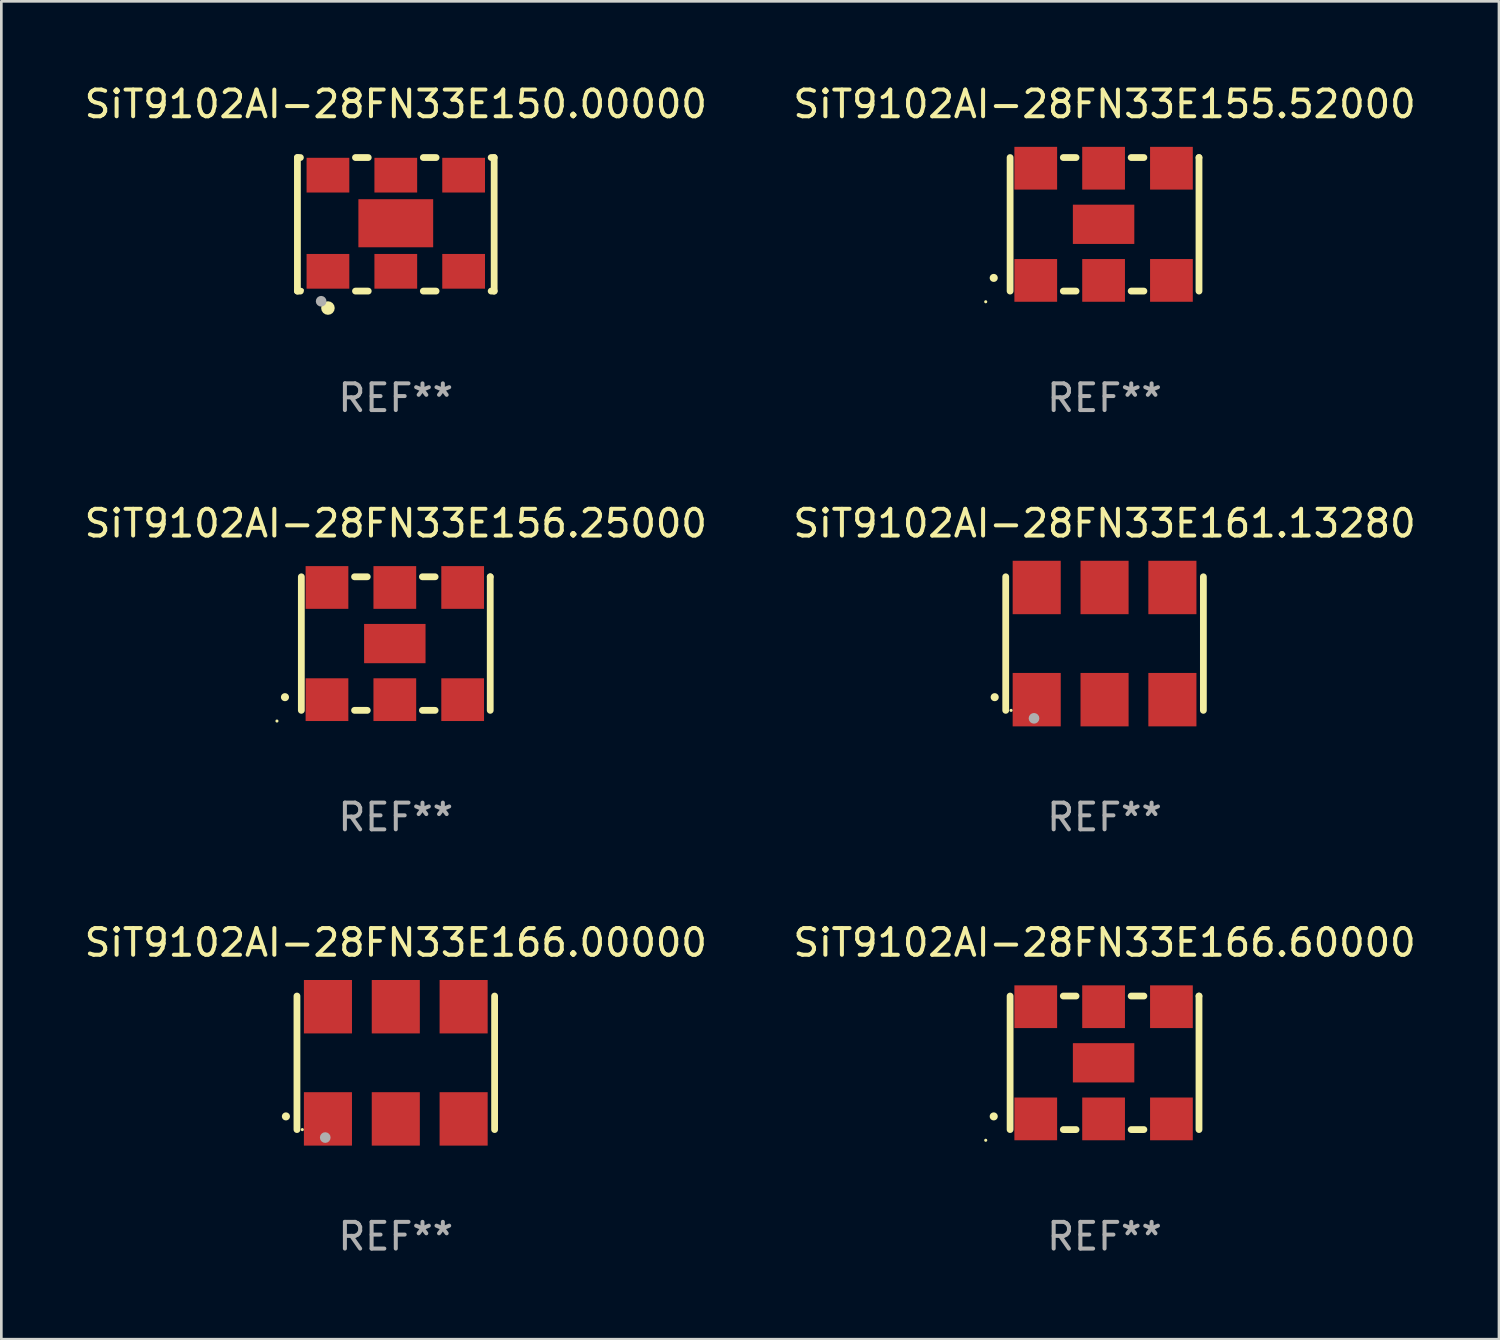
<source format=kicad_pcb>
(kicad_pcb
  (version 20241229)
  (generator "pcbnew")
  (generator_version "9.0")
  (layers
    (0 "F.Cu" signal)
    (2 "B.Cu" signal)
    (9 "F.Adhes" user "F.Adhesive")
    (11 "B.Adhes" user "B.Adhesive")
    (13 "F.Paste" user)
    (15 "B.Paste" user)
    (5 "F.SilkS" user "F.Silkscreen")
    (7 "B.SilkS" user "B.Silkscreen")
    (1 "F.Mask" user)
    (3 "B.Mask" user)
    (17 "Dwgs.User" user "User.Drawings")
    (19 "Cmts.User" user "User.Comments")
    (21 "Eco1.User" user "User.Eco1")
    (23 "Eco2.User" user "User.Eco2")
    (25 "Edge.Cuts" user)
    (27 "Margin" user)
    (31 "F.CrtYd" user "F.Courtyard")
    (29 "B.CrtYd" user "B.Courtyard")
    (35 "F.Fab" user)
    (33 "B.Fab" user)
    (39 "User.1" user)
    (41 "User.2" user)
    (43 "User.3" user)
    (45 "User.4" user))
  (footprint "SiT9102AI-28FN33E156.25000"
    (layer "F.Cu")
    (at 11.768 21.045)
    (property "Reference" "SiT9102AI-28FN33E156.25000" (at 0 -4.5 0) (layer "F.SilkS") (effects (font (size 1 1) (thickness 0.15))))
    (attr through_hole)
    (fp_line (start -3.536 -2.5) (end -3.536 2.5) (stroke (width 0.254) (type solid)) (layer "F.SilkS"))
    (fp_line (start -1.544 2.5) (end -1.067 2.5) (stroke (width 0.254) (type solid)) (layer "F.SilkS"))
    (fp_line (start -1.067 -2.5) (end -1.544 -2.5) (stroke (width 0.254) (type solid)) (layer "F.SilkS"))
    (fp_line (start 0.996 2.5) (end 1.473 2.5) (stroke (width 0.254) (type solid)) (layer "F.SilkS"))
    (fp_line (start 1.473 -2.5) (end 0.996 -2.5) (stroke (width 0.254) (type solid)) (layer "F.SilkS"))
    (fp_line (start 3.536 -2.5) (end 3.536 -2.5) (stroke (width 0.254) (type solid)) (layer "F.SilkS"))
    (fp_line (start 3.536 2.5) (end 3.536 -2.5) (stroke (width 0.254) (type solid)) (layer "F.SilkS"))
    (fp_arc (start -4.150432 2.006604) (mid -4.149162 2.006599) (end -4.147892 2.006604) (stroke (width 0.3) (type solid)) (layer "F.SilkS"))
    (fp_circle (center -4.449 2.9) (end -4.419 2.9) (stroke (width 0.06) (type solid)) (fill no) (layer "F.SilkS"))
    (fp_text user "REF**" (at 0 6.5 0) (layer "F.Fab") (effects (font (size 1 1) (thickness 0.15))))
    (pad "1" smd rect (at -2.576 2.1) (size 1.6 1.6) (layers "F.Cu" "F.Mask" "F.Paste"))
    (pad "2" smd rect (at -0.036 2.1) (size 1.6 1.6) (layers "F.Cu" "F.Mask" "F.Paste"))
    (pad "3" smd rect (at 2.504 2.1) (size 1.6 1.6) (layers "F.Cu" "F.Mask" "F.Paste"))
    (pad "4" smd rect (at 2.504 -2.1) (size 1.6 1.6) (layers "F.Cu" "F.Mask" "F.Paste"))
    (pad "5" smd rect (at -0.036 -2.1) (size 1.6 1.6) (layers "F.Cu" "F.Mask" "F.Paste"))
    (pad "6" smd rect (at -2.576 -2.1) (size 1.6 1.6) (layers "F.Cu" "F.Mask" "F.Paste"))
    (pad "7" smd rect (at -0.036 0) (size 2.3 1.47) (layers "F.Cu" "F.Mask" "F.Paste")))
  (footprint "SiT9102AI-28FN33E166.00000"
    (layer "F.Cu")
    (at 11.768 36.741)
    (property "Reference" "SiT9102AI-28FN33E166.00000" (at 0 -4.5 0) (layer "F.SilkS") (effects (font (size 1 1) (thickness 0.15))))
    (attr through_hole)
    (fp_line (start -3.7 -2.5) (end -3.7 2.5) (stroke (width 0.254) (type solid)) (layer "F.SilkS"))
    (fp_line (start 3.7 -2.5) (end 3.7 2.5) (stroke (width 0.254) (type solid)) (layer "F.SilkS"))
    (fp_arc (start -4.114415 2.006604) (mid -4.113145 2.006599) (end -4.111875 2.006604) (stroke (width 0.3) (type solid)) (layer "F.SilkS"))
    (fp_circle (center -3.5 2.501) (end -3.47 2.501) (stroke (width 0.06) (type solid)) (fill no) (layer "F.SilkS"))
    (fp_circle (center -2.641 2.799) (end -2.541 2.799) (stroke (width 0.2) (type solid)) (fill no) (layer "F.Fab"))
    (fp_text user "REF**" (at 0 6.5 0) (layer "F.Fab") (effects (font (size 1 1) (thickness 0.15))))
    (pad "1" smd rect (at -2.54 2.1) (size 1.8 2) (layers "F.Cu" "F.Mask" "F.Paste"))
    (pad "2" smd rect (at 0.000394 2.1) (size 1.8 2) (layers "F.Cu" "F.Mask" "F.Paste"))
    (pad "3" smd rect (at 2.54 2.1) (size 1.8 2) (layers "F.Cu" "F.Mask" "F.Paste"))
    (pad "4" smd rect (at 2.54 -2.1) (size 1.8 2) (layers "F.Cu" "F.Mask" "F.Paste"))
    (pad "5" smd rect (at 0.000394 -2.1) (size 1.8 2) (layers "F.Cu" "F.Mask" "F.Paste"))
    (pad "6" smd rect (at -2.54 -2.1) (size 1.8 2) (layers "F.Cu" "F.Mask" "F.Paste")))
  (footprint "SiT9102AI-28FN33E166.60000"
    (layer "F.Cu")
    (at 38.304 36.741)
    (property "Reference" "SiT9102AI-28FN33E166.60000" (at 0 -4.5 0) (layer "F.SilkS") (effects (font (size 1 1) (thickness 0.15))))
    (attr through_hole)
    (fp_line (start -3.536 -2.5) (end -3.536 2.5) (stroke (width 0.254) (type solid)) (layer "F.SilkS"))
    (fp_line (start -1.544 2.5) (end -1.067 2.5) (stroke (width 0.254) (type solid)) (layer "F.SilkS"))
    (fp_line (start -1.067 -2.5) (end -1.544 -2.5) (stroke (width 0.254) (type solid)) (layer "F.SilkS"))
    (fp_line (start 0.996 2.5) (end 1.473 2.5) (stroke (width 0.254) (type solid)) (layer "F.SilkS"))
    (fp_line (start 1.473 -2.5) (end 0.996 -2.5) (stroke (width 0.254) (type solid)) (layer "F.SilkS"))
    (fp_line (start 3.536 -2.5) (end 3.536 -2.5) (stroke (width 0.254) (type solid)) (layer "F.SilkS"))
    (fp_line (start 3.536 2.5) (end 3.536 -2.5) (stroke (width 0.254) (type solid)) (layer "F.SilkS"))
    (fp_arc (start -4.150432 2.006604) (mid -4.149162 2.006599) (end -4.147892 2.006604) (stroke (width 0.3) (type solid)) (layer "F.SilkS"))
    (fp_circle (center -4.449 2.9) (end -4.419 2.9) (stroke (width 0.06) (type solid)) (fill no) (layer "F.SilkS"))
    (fp_text user "REF**" (at 0 6.5 0) (layer "F.Fab") (effects (font (size 1 1) (thickness 0.15))))
    (pad "1" smd rect (at -2.576 2.1) (size 1.6 1.6) (layers "F.Cu" "F.Mask" "F.Paste"))
    (pad "2" smd rect (at -0.036 2.1) (size 1.6 1.6) (layers "F.Cu" "F.Mask" "F.Paste"))
    (pad "3" smd rect (at 2.504 2.1) (size 1.6 1.6) (layers "F.Cu" "F.Mask" "F.Paste"))
    (pad "4" smd rect (at 2.504 -2.1) (size 1.6 1.6) (layers "F.Cu" "F.Mask" "F.Paste"))
    (pad "5" smd rect (at -0.036 -2.1) (size 1.6 1.6) (layers "F.Cu" "F.Mask" "F.Paste"))
    (pad "6" smd rect (at -2.576 -2.1) (size 1.6 1.6) (layers "F.Cu" "F.Mask" "F.Paste"))
    (pad "7" smd rect (at -0.036 0) (size 2.3 1.47) (layers "F.Cu" "F.Mask" "F.Paste")))
  (footprint "SiT9102AI-28FN33E161.13280"
    (layer "F.Cu")
    (at 38.304 21.045)
    (property "Reference" "SiT9102AI-28FN33E161.13280" (at 0 -4.5 0) (layer "F.SilkS") (effects (font (size 1 1) (thickness 0.15))))
    (attr through_hole)
    (fp_line (start -3.7 -2.5) (end -3.7 2.5) (stroke (width 0.254) (type solid)) (layer "F.SilkS"))
    (fp_line (start 3.7 -2.5) (end 3.7 2.5) (stroke (width 0.254) (type solid)) (layer "F.SilkS"))
    (fp_arc (start -4.114415 2.006604) (mid -4.113145 2.006599) (end -4.111875 2.006604) (stroke (width 0.3) (type solid)) (layer "F.SilkS"))
    (fp_circle (center -3.5 2.501) (end -3.47 2.501) (stroke (width 0.06) (type solid)) (fill no) (layer "F.SilkS"))
    (fp_circle (center -2.641 2.799) (end -2.541 2.799) (stroke (width 0.2) (type solid)) (fill no) (layer "F.Fab"))
    (fp_text user "REF**" (at 0 6.5 0) (layer "F.Fab") (effects (font (size 1 1) (thickness 0.15))))
    (pad "1" smd rect (at -2.54 2.1) (size 1.8 2) (layers "F.Cu" "F.Mask" "F.Paste"))
    (pad "2" smd rect (at 0.000394 2.1) (size 1.8 2) (layers "F.Cu" "F.Mask" "F.Paste"))
    (pad "3" smd rect (at 2.54 2.1) (size 1.8 2) (layers "F.Cu" "F.Mask" "F.Paste"))
    (pad "4" smd rect (at 2.54 -2.1) (size 1.8 2) (layers "F.Cu" "F.Mask" "F.Paste"))
    (pad "5" smd rect (at 0.000394 -2.1) (size 1.8 2) (layers "F.Cu" "F.Mask" "F.Paste"))
    (pad "6" smd rect (at -2.54 -2.1) (size 1.8 2) (layers "F.Cu" "F.Mask" "F.Paste")))
  (footprint "SiT9102AI-28FN33E155.52000"
    (layer "F.Cu")
    (at 38.304 5.348)
    (property "Reference" "SiT9102AI-28FN33E155.52000" (at 0 -4.5 0) (layer "F.SilkS") (effects (font (size 1 1) (thickness 0.15))))
    (attr through_hole)
    (fp_line (start -3.536 -2.5) (end -3.536 2.5) (stroke (width 0.254) (type solid)) (layer "F.SilkS"))
    (fp_line (start -1.544 2.5) (end -1.067 2.5) (stroke (width 0.254) (type solid)) (layer "F.SilkS"))
    (fp_line (start -1.067 -2.5) (end -1.544 -2.5) (stroke (width 0.254) (type solid)) (layer "F.SilkS"))
    (fp_line (start 0.996 2.5) (end 1.473 2.5) (stroke (width 0.254) (type solid)) (layer "F.SilkS"))
    (fp_line (start 1.473 -2.5) (end 0.996 -2.5) (stroke (width 0.254) (type solid)) (layer "F.SilkS"))
    (fp_line (start 3.536 -2.5) (end 3.536 -2.5) (stroke (width 0.254) (type solid)) (layer "F.SilkS"))
    (fp_line (start 3.536 2.5) (end 3.536 -2.5) (stroke (width 0.254) (type solid)) (layer "F.SilkS"))
    (fp_arc (start -4.150432 2.006604) (mid -4.149162 2.006599) (end -4.147892 2.006604) (stroke (width 0.3) (type solid)) (layer "F.SilkS"))
    (fp_circle (center -4.449 2.9) (end -4.419 2.9) (stroke (width 0.06) (type solid)) (fill no) (layer "F.SilkS"))
    (fp_text user "REF**" (at 0 6.5 0) (layer "F.Fab") (effects (font (size 1 1) (thickness 0.15))))
    (pad "1" smd rect (at -2.576 2.1) (size 1.6 1.6) (layers "F.Cu" "F.Mask" "F.Paste"))
    (pad "2" smd rect (at -0.036 2.1) (size 1.6 1.6) (layers "F.Cu" "F.Mask" "F.Paste"))
    (pad "3" smd rect (at 2.504 2.1) (size 1.6 1.6) (layers "F.Cu" "F.Mask" "F.Paste"))
    (pad "4" smd rect (at 2.504 -2.1) (size 1.6 1.6) (layers "F.Cu" "F.Mask" "F.Paste"))
    (pad "5" smd rect (at -0.036 -2.1) (size 1.6 1.6) (layers "F.Cu" "F.Mask" "F.Paste"))
    (pad "6" smd rect (at -2.576 -2.1) (size 1.6 1.6) (layers "F.Cu" "F.Mask" "F.Paste"))
    (pad "7" smd rect (at -0.036 0) (size 2.3 1.47) (layers "F.Cu" "F.Mask" "F.Paste")))
  (footprint "SiT9102AI-28FN33E150.00000"
    (layer "F.Cu")
    (at 11.768 5.348)
    (property "Reference" "SiT9102AI-28FN33E150.00000" (at 0 -4.5 0) (layer "F.SilkS") (effects (font (size 1 1) (thickness 0.15))))
    (attr through_hole)
    (fp_line (start -3.683 -2.5) (end -3.571 -2.5) (stroke (width 0.254) (type solid)) (layer "F.SilkS"))
    (fp_line (start -3.683 2.5) (end -3.683 -2.5) (stroke (width 0.254) (type solid)) (layer "F.SilkS"))
    (fp_line (start -3.683 2.5) (end -3.571 2.5) (stroke (width 0.254) (type solid)) (layer "F.SilkS"))
    (fp_line (start -1.509 -2.5) (end -1.031 -2.5) (stroke (width 0.254) (type solid)) (layer "F.SilkS"))
    (fp_line (start -1.509 2.5) (end -1.031 2.5) (stroke (width 0.254) (type solid)) (layer "F.SilkS"))
    (fp_line (start 1.031 -2.5) (end 1.509 -2.5) (stroke (width 0.254) (type solid)) (layer "F.SilkS"))
    (fp_line (start 1.031 2.5) (end 1.509 2.5) (stroke (width 0.254) (type solid)) (layer "F.SilkS"))
    (fp_line (start 3.571 -2.5) (end 3.683 -2.5) (stroke (width 0.254) (type solid)) (layer "F.SilkS"))
    (fp_line (start 3.571 2.5) (end 3.683 2.5) (stroke (width 0.254) (type solid)) (layer "F.SilkS"))
    (fp_line (start 3.683 2.5) (end 3.683 -2.5) (stroke (width 0.254) (type solid)) (layer "F.SilkS"))
    (fp_circle (center -3.5 2.46) (end -3.47 2.46) (stroke (width 0.06) (type solid)) (fill no) (layer "F.SilkS"))
    (fp_circle (center -2.54 3.135) (end -2.413 3.135) (stroke (width 0.254) (type solid)) (fill no) (layer "F.SilkS"))
    (fp_circle (center -2.794 2.881) (end -2.694 2.881) (stroke (width 0.2) (type solid)) (fill no) (layer "F.Fab"))
    (fp_text user "REF**" (at 0 6.5 0) (layer "F.Fab") (effects (font (size 1 1) (thickness 0.15))))
    (pad "1" smd rect (at -2.54 1.76) (size 1.6 1.3) (layers "F.Cu" "F.Mask" "F.Paste"))
    (pad "2" smd rect (at 0 1.76) (size 1.6 1.3) (layers "F.Cu" "F.Mask" "F.Paste"))
    (pad "3" smd rect (at 2.54 1.76) (size 1.6 1.3) (layers "F.Cu" "F.Mask" "F.Paste"))
    (pad "4" smd rect (at 2.54 -1.84) (size 1.6 1.3) (layers "F.Cu" "F.Mask" "F.Paste"))
    (pad "5" smd rect (at 0 -1.84) (size 1.6 1.3) (layers "F.Cu" "F.Mask" "F.Paste"))
    (pad "6" smd rect (at -2.54 -1.84) (size 1.6 1.3) (layers "F.Cu" "F.Mask" "F.Paste"))
    (pad "7" smd rect (at 0 -0.04) (size 2.8 1.8) (layers "F.Cu" "F.Mask" "F.Paste")))
  (gr_rect
    (start -3 -3)
    (end 53.071 47.09)
    (stroke (width 0.1) (type default))
    (fill no)
    (layer "Edge.Cuts")))
</source>
